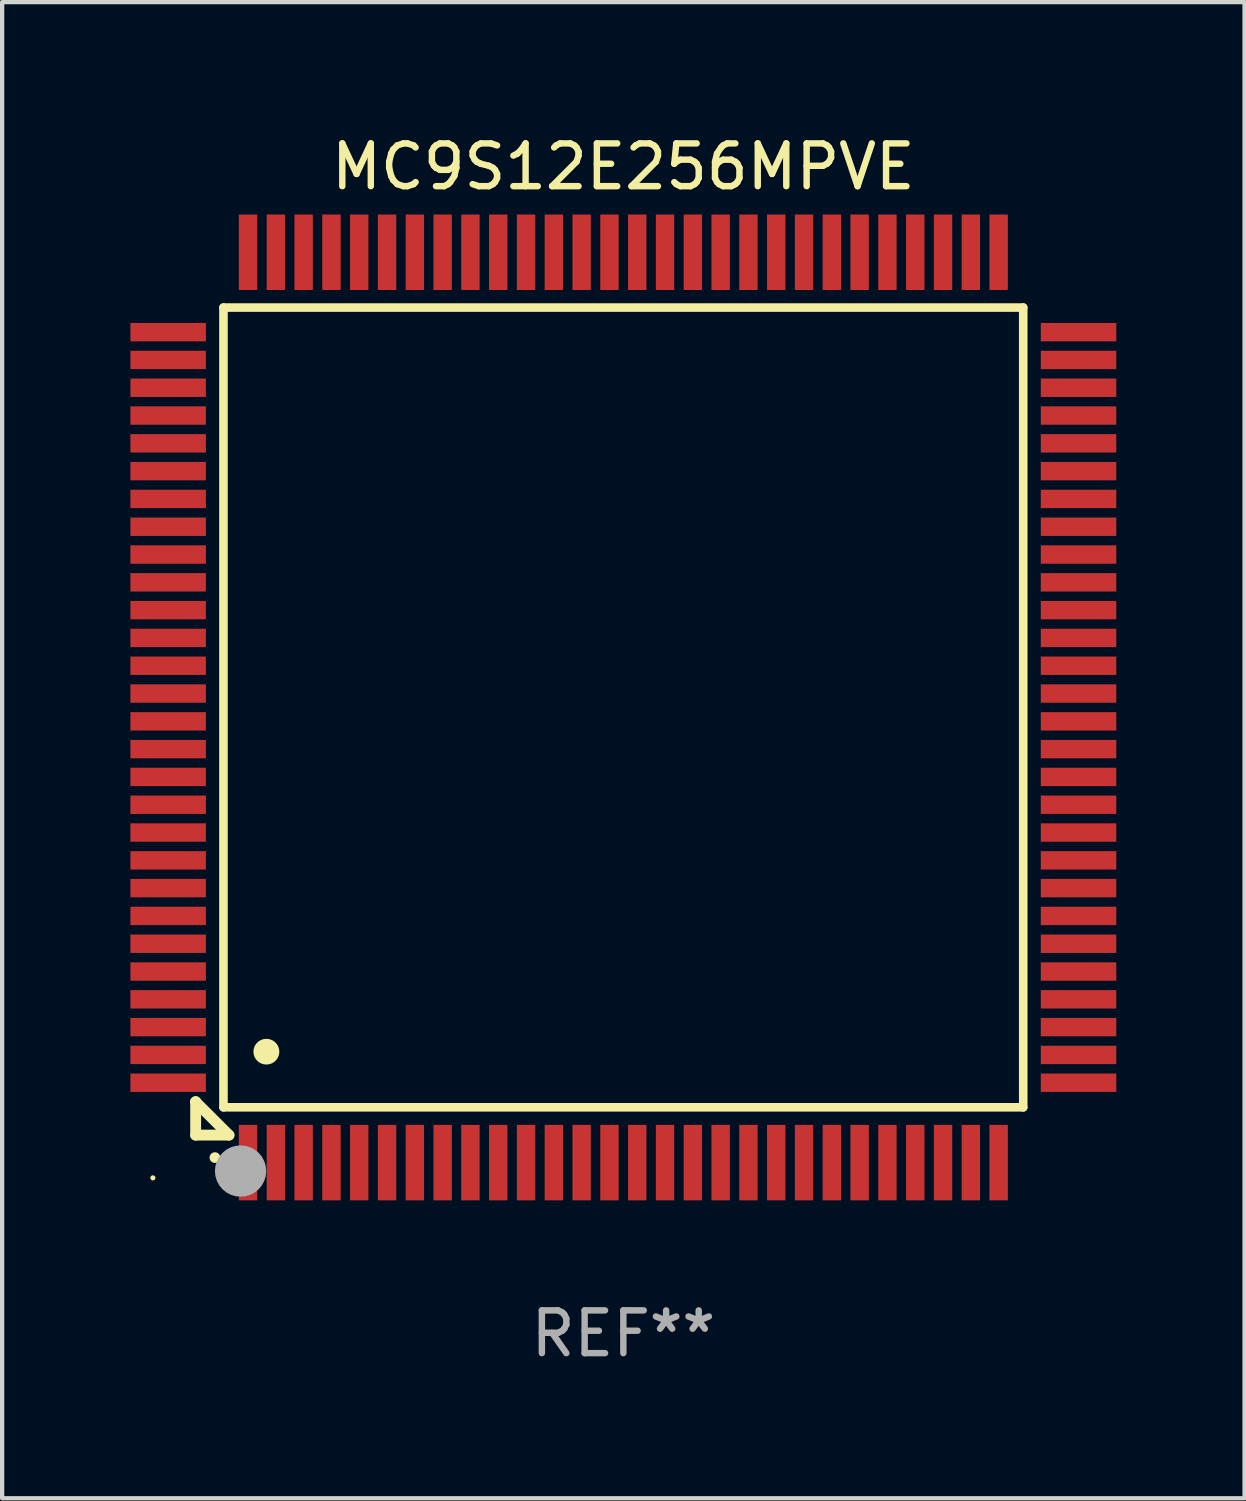
<source format=kicad_pcb>
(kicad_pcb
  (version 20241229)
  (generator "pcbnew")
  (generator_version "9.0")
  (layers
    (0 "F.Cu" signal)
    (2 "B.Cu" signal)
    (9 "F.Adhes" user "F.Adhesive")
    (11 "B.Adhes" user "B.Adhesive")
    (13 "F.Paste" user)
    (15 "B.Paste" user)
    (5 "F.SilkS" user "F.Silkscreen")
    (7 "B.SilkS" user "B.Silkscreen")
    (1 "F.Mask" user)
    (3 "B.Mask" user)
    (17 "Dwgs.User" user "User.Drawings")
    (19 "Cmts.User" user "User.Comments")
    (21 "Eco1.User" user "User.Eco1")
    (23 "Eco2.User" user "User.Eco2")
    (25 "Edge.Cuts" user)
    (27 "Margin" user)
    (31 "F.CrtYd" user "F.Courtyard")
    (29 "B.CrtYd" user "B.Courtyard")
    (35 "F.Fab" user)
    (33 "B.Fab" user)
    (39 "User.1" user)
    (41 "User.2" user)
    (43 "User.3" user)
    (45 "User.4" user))
  (footprint "MC9S12E256MPVE"
    (layer "F.Cu")
    (at 11.525 13.491)
    (property "Reference" "MC9S12E256MPVE" (at 0 -12.643 0) (layer "F.SilkS") (effects (font (size 1 1) (thickness 0.15))))
    (attr through_hole)
    (fp_line (start -10 9.221) (end -10 9.221) (stroke (width 0.254) (type solid)) (layer "F.SilkS"))
    (fp_line (start -10 9.221) (end -10 10) (stroke (width 0.254) (type solid)) (layer "F.SilkS"))
    (fp_line (start -10 9.221) (end -9.221 10) (stroke (width 0.254) (type solid)) (layer "F.SilkS"))
    (fp_line (start -10 10) (end -9.221 10) (stroke (width 0.254) (type solid)) (layer "F.SilkS"))
    (fp_line (start -9.35 -9.35) (end -9.35 9.35) (stroke (width 0.201) (type solid)) (layer "F.SilkS"))
    (fp_line (start -9.35 9.35) (end 9.35 9.35) (stroke (width 0.201) (type solid)) (layer "F.SilkS"))
    (fp_line (start 9.35 -9.35) (end -9.35 -9.35) (stroke (width 0.201) (type solid)) (layer "F.SilkS"))
    (fp_line (start 9.35 9.35) (end 9.35 -9.35) (stroke (width 0.201) (type solid)) (layer "F.SilkS"))
    (fp_arc (start -9.550546 10.525832) (mid -9.549276 10.525826) (end -9.548006 10.525832) (stroke (width 0.24892) (type solid)) (layer "F.SilkS"))
    (fp_arc (start -8.349124 8.049327) (mid -8.346584 8.049316) (end -8.344044 8.049327) (stroke (width 0.599441) (type solid)) (layer "F.SilkS"))
    (fp_circle (center -11 11) (end -10.97 11) (stroke (width 0.06) (type solid)) (fill no) (layer "F.SilkS"))
    (fp_circle (center -8.95 10.84) (end -8.65 10.84) (stroke (width 0.6) (type solid)) (fill no) (layer "F.Fab"))
    (fp_text user "REF**" (at 0 14.643 0) (layer "F.Fab") (effects (font (size 1 1) (thickness 0.15))))
    (pad "1" smd rect (at -8.775 10.643) (size 0.43 1.765) (layers "F.Cu" "F.Mask" "F.Paste"))
    (pad "2" smd rect (at -8.125 10.643) (size 0.43 1.765) (layers "F.Cu" "F.Mask" "F.Paste"))
    (pad "3" smd rect (at -7.475 10.643) (size 0.43 1.765) (layers "F.Cu" "F.Mask" "F.Paste"))
    (pad "4" smd rect (at -6.825 10.643) (size 0.43 1.765) (layers "F.Cu" "F.Mask" "F.Paste"))
    (pad "5" smd rect (at -6.175 10.643) (size 0.43 1.765) (layers "F.Cu" "F.Mask" "F.Paste"))
    (pad "6" smd rect (at -5.525 10.643) (size 0.43 1.765) (layers "F.Cu" "F.Mask" "F.Paste"))
    (pad "7" smd rect (at -4.875 10.643) (size 0.43 1.765) (layers "F.Cu" "F.Mask" "F.Paste"))
    (pad "8" smd rect (at -4.225 10.643) (size 0.43 1.765) (layers "F.Cu" "F.Mask" "F.Paste"))
    (pad "9" smd rect (at -3.575 10.643) (size 0.43 1.765) (layers "F.Cu" "F.Mask" "F.Paste"))
    (pad "10" smd rect (at -2.925 10.643) (size 0.43 1.765) (layers "F.Cu" "F.Mask" "F.Paste"))
    (pad "11" smd rect (at -2.275 10.643) (size 0.43 1.765) (layers "F.Cu" "F.Mask" "F.Paste"))
    (pad "12" smd rect (at -1.625 10.643) (size 0.43 1.765) (layers "F.Cu" "F.Mask" "F.Paste"))
    (pad "13" smd rect (at -0.975 10.643) (size 0.43 1.765) (layers "F.Cu" "F.Mask" "F.Paste"))
    (pad "14" smd rect (at -0.325 10.643) (size 0.43 1.765) (layers "F.Cu" "F.Mask" "F.Paste"))
    (pad "15" smd rect (at 0.325 10.643) (size 0.43 1.765) (layers "F.Cu" "F.Mask" "F.Paste"))
    (pad "16" smd rect (at 0.975 10.643) (size 0.43 1.765) (layers "F.Cu" "F.Mask" "F.Paste"))
    (pad "17" smd rect (at 1.625 10.643) (size 0.43 1.765) (layers "F.Cu" "F.Mask" "F.Paste"))
    (pad "18" smd rect (at 2.275 10.643) (size 0.43 1.765) (layers "F.Cu" "F.Mask" "F.Paste"))
    (pad "19" smd rect (at 2.925 10.643) (size 0.43 1.765) (layers "F.Cu" "F.Mask" "F.Paste"))
    (pad "20" smd rect (at 3.575 10.643) (size 0.43 1.765) (layers "F.Cu" "F.Mask" "F.Paste"))
    (pad "21" smd rect (at 4.225 10.643) (size 0.43 1.765) (layers "F.Cu" "F.Mask" "F.Paste"))
    (pad "22" smd rect (at 4.875 10.643) (size 0.43 1.765) (layers "F.Cu" "F.Mask" "F.Paste"))
    (pad "23" smd rect (at 5.525 10.643) (size 0.43 1.765) (layers "F.Cu" "F.Mask" "F.Paste"))
    (pad "24" smd rect (at 6.175 10.643) (size 0.43 1.765) (layers "F.Cu" "F.Mask" "F.Paste"))
    (pad "25" smd rect (at 6.825 10.643) (size 0.43 1.765) (layers "F.Cu" "F.Mask" "F.Paste"))
    (pad "26" smd rect (at 7.475 10.643) (size 0.43 1.765) (layers "F.Cu" "F.Mask" "F.Paste"))
    (pad "27" smd rect (at 8.125 10.643) (size 0.43 1.765) (layers "F.Cu" "F.Mask" "F.Paste"))
    (pad "28" smd rect (at 8.775 10.643) (size 0.43 1.765) (layers "F.Cu" "F.Mask" "F.Paste"))
    (pad "29" smd rect (at 10.643 8.775) (size 1.765 0.43) (layers "F.Cu" "F.Mask" "F.Paste"))
    (pad "30" smd rect (at 10.643 8.125) (size 1.765 0.43) (layers "F.Cu" "F.Mask" "F.Paste"))
    (pad "31" smd rect (at 10.643 7.475) (size 1.765 0.43) (layers "F.Cu" "F.Mask" "F.Paste"))
    (pad "32" smd rect (at 10.643 6.825) (size 1.765 0.43) (layers "F.Cu" "F.Mask" "F.Paste"))
    (pad "33" smd rect (at 10.643 6.175) (size 1.765 0.43) (layers "F.Cu" "F.Mask" "F.Paste"))
    (pad "34" smd rect (at 10.643 5.525) (size 1.765 0.43) (layers "F.Cu" "F.Mask" "F.Paste"))
    (pad "35" smd rect (at 10.643 4.875) (size 1.765 0.43) (layers "F.Cu" "F.Mask" "F.Paste"))
    (pad "36" smd rect (at 10.643 4.225) (size 1.765 0.43) (layers "F.Cu" "F.Mask" "F.Paste"))
    (pad "37" smd rect (at 10.643 3.575) (size 1.765 0.43) (layers "F.Cu" "F.Mask" "F.Paste"))
    (pad "38" smd rect (at 10.643 2.925) (size 1.765 0.43) (layers "F.Cu" "F.Mask" "F.Paste"))
    (pad "39" smd rect (at 10.643 2.275) (size 1.765 0.43) (layers "F.Cu" "F.Mask" "F.Paste"))
    (pad "40" smd rect (at 10.643 1.625) (size 1.765 0.43) (layers "F.Cu" "F.Mask" "F.Paste"))
    (pad "41" smd rect (at 10.643 0.975) (size 1.765 0.43) (layers "F.Cu" "F.Mask" "F.Paste"))
    (pad "42" smd rect (at 10.643 0.325) (size 1.765 0.43) (layers "F.Cu" "F.Mask" "F.Paste"))
    (pad "43" smd rect (at 10.643 -0.325) (size 1.765 0.43) (layers "F.Cu" "F.Mask" "F.Paste"))
    (pad "44" smd rect (at 10.643 -0.975) (size 1.765 0.43) (layers "F.Cu" "F.Mask" "F.Paste"))
    (pad "45" smd rect (at 10.643 -1.625) (size 1.765 0.43) (layers "F.Cu" "F.Mask" "F.Paste"))
    (pad "46" smd rect (at 10.643 -2.275) (size 1.765 0.43) (layers "F.Cu" "F.Mask" "F.Paste"))
    (pad "47" smd rect (at 10.643 -2.925) (size 1.765 0.43) (layers "F.Cu" "F.Mask" "F.Paste"))
    (pad "48" smd rect (at 10.643 -3.575) (size 1.765 0.43) (layers "F.Cu" "F.Mask" "F.Paste"))
    (pad "49" smd rect (at 10.643 -4.225) (size 1.765 0.43) (layers "F.Cu" "F.Mask" "F.Paste"))
    (pad "50" smd rect (at 10.643 -4.875) (size 1.765 0.43) (layers "F.Cu" "F.Mask" "F.Paste"))
    (pad "51" smd rect (at 10.643 -5.525) (size 1.765 0.43) (layers "F.Cu" "F.Mask" "F.Paste"))
    (pad "52" smd rect (at 10.643 -6.175) (size 1.765 0.43) (layers "F.Cu" "F.Mask" "F.Paste"))
    (pad "53" smd rect (at 10.643 -6.825) (size 1.765 0.43) (layers "F.Cu" "F.Mask" "F.Paste"))
    (pad "54" smd rect (at 10.643 -7.475) (size 1.765 0.43) (layers "F.Cu" "F.Mask" "F.Paste"))
    (pad "55" smd rect (at 10.643 -8.125) (size 1.765 0.43) (layers "F.Cu" "F.Mask" "F.Paste"))
    (pad "56" smd rect (at 10.643 -8.775) (size 1.765 0.43) (layers "F.Cu" "F.Mask" "F.Paste"))
    (pad "57" smd rect (at 8.775 -10.643) (size 0.43 1.765) (layers "F.Cu" "F.Mask" "F.Paste"))
    (pad "58" smd rect (at 8.125 -10.643) (size 0.43 1.765) (layers "F.Cu" "F.Mask" "F.Paste"))
    (pad "59" smd rect (at 7.475 -10.643) (size 0.43 1.765) (layers "F.Cu" "F.Mask" "F.Paste"))
    (pad "60" smd rect (at 6.825 -10.643) (size 0.43 1.765) (layers "F.Cu" "F.Mask" "F.Paste"))
    (pad "61" smd rect (at 6.175 -10.643) (size 0.43 1.765) (layers "F.Cu" "F.Mask" "F.Paste"))
    (pad "62" smd rect (at 5.525 -10.643) (size 0.43 1.765) (layers "F.Cu" "F.Mask" "F.Paste"))
    (pad "63" smd rect (at 4.875 -10.643) (size 0.43 1.765) (layers "F.Cu" "F.Mask" "F.Paste"))
    (pad "64" smd rect (at 4.225 -10.643) (size 0.43 1.765) (layers "F.Cu" "F.Mask" "F.Paste"))
    (pad "65" smd rect (at 3.575 -10.643) (size 0.43 1.765) (layers "F.Cu" "F.Mask" "F.Paste"))
    (pad "66" smd rect (at 2.925 -10.643) (size 0.43 1.765) (layers "F.Cu" "F.Mask" "F.Paste"))
    (pad "67" smd rect (at 2.275 -10.643) (size 0.43 1.765) (layers "F.Cu" "F.Mask" "F.Paste"))
    (pad "68" smd rect (at 1.625 -10.643) (size 0.43 1.765) (layers "F.Cu" "F.Mask" "F.Paste"))
    (pad "69" smd rect (at 0.975 -10.643) (size 0.43 1.765) (layers "F.Cu" "F.Mask" "F.Paste"))
    (pad "70" smd rect (at 0.325 -10.643) (size 0.43 1.765) (layers "F.Cu" "F.Mask" "F.Paste"))
    (pad "71" smd rect (at -0.325 -10.643) (size 0.43 1.765) (layers "F.Cu" "F.Mask" "F.Paste"))
    (pad "72" smd rect (at -0.975 -10.643) (size 0.43 1.765) (layers "F.Cu" "F.Mask" "F.Paste"))
    (pad "73" smd rect (at -1.625 -10.643) (size 0.43 1.765) (layers "F.Cu" "F.Mask" "F.Paste"))
    (pad "74" smd rect (at -2.275 -10.643) (size 0.43 1.765) (layers "F.Cu" "F.Mask" "F.Paste"))
    (pad "75" smd rect (at -2.925 -10.643) (size 0.43 1.765) (layers "F.Cu" "F.Mask" "F.Paste"))
    (pad "76" smd rect (at -3.575 -10.643) (size 0.43 1.765) (layers "F.Cu" "F.Mask" "F.Paste"))
    (pad "77" smd rect (at -4.225 -10.643) (size 0.43 1.765) (layers "F.Cu" "F.Mask" "F.Paste"))
    (pad "78" smd rect (at -4.875 -10.643) (size 0.43 1.765) (layers "F.Cu" "F.Mask" "F.Paste"))
    (pad "79" smd rect (at -5.525 -10.643) (size 0.43 1.765) (layers "F.Cu" "F.Mask" "F.Paste"))
    (pad "80" smd rect (at -6.175 -10.643) (size 0.43 1.765) (layers "F.Cu" "F.Mask" "F.Paste"))
    (pad "81" smd rect (at -6.825 -10.643) (size 0.43 1.765) (layers "F.Cu" "F.Mask" "F.Paste"))
    (pad "82" smd rect (at -7.475 -10.643) (size 0.43 1.765) (layers "F.Cu" "F.Mask" "F.Paste"))
    (pad "83" smd rect (at -8.125 -10.643) (size 0.43 1.765) (layers "F.Cu" "F.Mask" "F.Paste"))
    (pad "84" smd rect (at -8.775 -10.643) (size 0.43 1.765) (layers "F.Cu" "F.Mask" "F.Paste"))
    (pad "85" smd rect (at -10.643 -8.775) (size 1.765 0.43) (layers "F.Cu" "F.Mask" "F.Paste"))
    (pad "86" smd rect (at -10.643 -8.125) (size 1.765 0.43) (layers "F.Cu" "F.Mask" "F.Paste"))
    (pad "87" smd rect (at -10.643 -7.475) (size 1.765 0.43) (layers "F.Cu" "F.Mask" "F.Paste"))
    (pad "88" smd rect (at -10.643 -6.825) (size 1.765 0.43) (layers "F.Cu" "F.Mask" "F.Paste"))
    (pad "89" smd rect (at -10.643 -6.175) (size 1.765 0.43) (layers "F.Cu" "F.Mask" "F.Paste"))
    (pad "90" smd rect (at -10.643 -5.525) (size 1.765 0.43) (layers "F.Cu" "F.Mask" "F.Paste"))
    (pad "91" smd rect (at -10.643 -4.875) (size 1.765 0.43) (layers "F.Cu" "F.Mask" "F.Paste"))
    (pad "92" smd rect (at -10.643 -4.225) (size 1.765 0.43) (layers "F.Cu" "F.Mask" "F.Paste"))
    (pad "93" smd rect (at -10.643 -3.575) (size 1.765 0.43) (layers "F.Cu" "F.Mask" "F.Paste"))
    (pad "94" smd rect (at -10.643 -2.925) (size 1.765 0.43) (layers "F.Cu" "F.Mask" "F.Paste"))
    (pad "95" smd rect (at -10.643 -2.275) (size 1.765 0.43) (layers "F.Cu" "F.Mask" "F.Paste"))
    (pad "96" smd rect (at -10.643 -1.625) (size 1.765 0.43) (layers "F.Cu" "F.Mask" "F.Paste"))
    (pad "97" smd rect (at -10.643 -0.975) (size 1.765 0.43) (layers "F.Cu" "F.Mask" "F.Paste"))
    (pad "98" smd rect (at -10.643 -0.325) (size 1.765 0.43) (layers "F.Cu" "F.Mask" "F.Paste"))
    (pad "99" smd rect (at -10.643 0.325) (size 1.765 0.43) (layers "F.Cu" "F.Mask" "F.Paste"))
    (pad "100" smd rect (at -10.643 0.975) (size 1.765 0.43) (layers "F.Cu" "F.Mask" "F.Paste"))
    (pad "101" smd rect (at -10.643 1.625) (size 1.765 0.43) (layers "F.Cu" "F.Mask" "F.Paste"))
    (pad "102" smd rect (at -10.643 2.275) (size 1.765 0.43) (layers "F.Cu" "F.Mask" "F.Paste"))
    (pad "103" smd rect (at -10.643 2.925) (size 1.765 0.43) (layers "F.Cu" "F.Mask" "F.Paste"))
    (pad "104" smd rect (at -10.643 3.575) (size 1.765 0.43) (layers "F.Cu" "F.Mask" "F.Paste"))
    (pad "105" smd rect (at -10.643 4.225) (size 1.765 0.43) (layers "F.Cu" "F.Mask" "F.Paste"))
    (pad "106" smd rect (at -10.643 4.875) (size 1.765 0.43) (layers "F.Cu" "F.Mask" "F.Paste"))
    (pad "107" smd rect (at -10.643 5.525) (size 1.765 0.43) (layers "F.Cu" "F.Mask" "F.Paste"))
    (pad "108" smd rect (at -10.643 6.175) (size 1.765 0.43) (layers "F.Cu" "F.Mask" "F.Paste"))
    (pad "109" smd rect (at -10.643 6.825) (size 1.765 0.43) (layers "F.Cu" "F.Mask" "F.Paste"))
    (pad "110" smd rect (at -10.643 7.475) (size 1.765 0.43) (layers "F.Cu" "F.Mask" "F.Paste"))
    (pad "111" smd rect (at -10.643 8.125) (size 1.765 0.43) (layers "F.Cu" "F.Mask" "F.Paste"))
    (pad "112" smd rect (at -10.643 8.775) (size 1.765 0.43) (layers "F.Cu" "F.Mask" "F.Paste")))
  (gr_rect
    (start -3 -3)
    (end 26.05 31.982)
    (stroke (width 0.1) (type default))
    (fill no)
    (layer "Edge.Cuts")))
</source>
